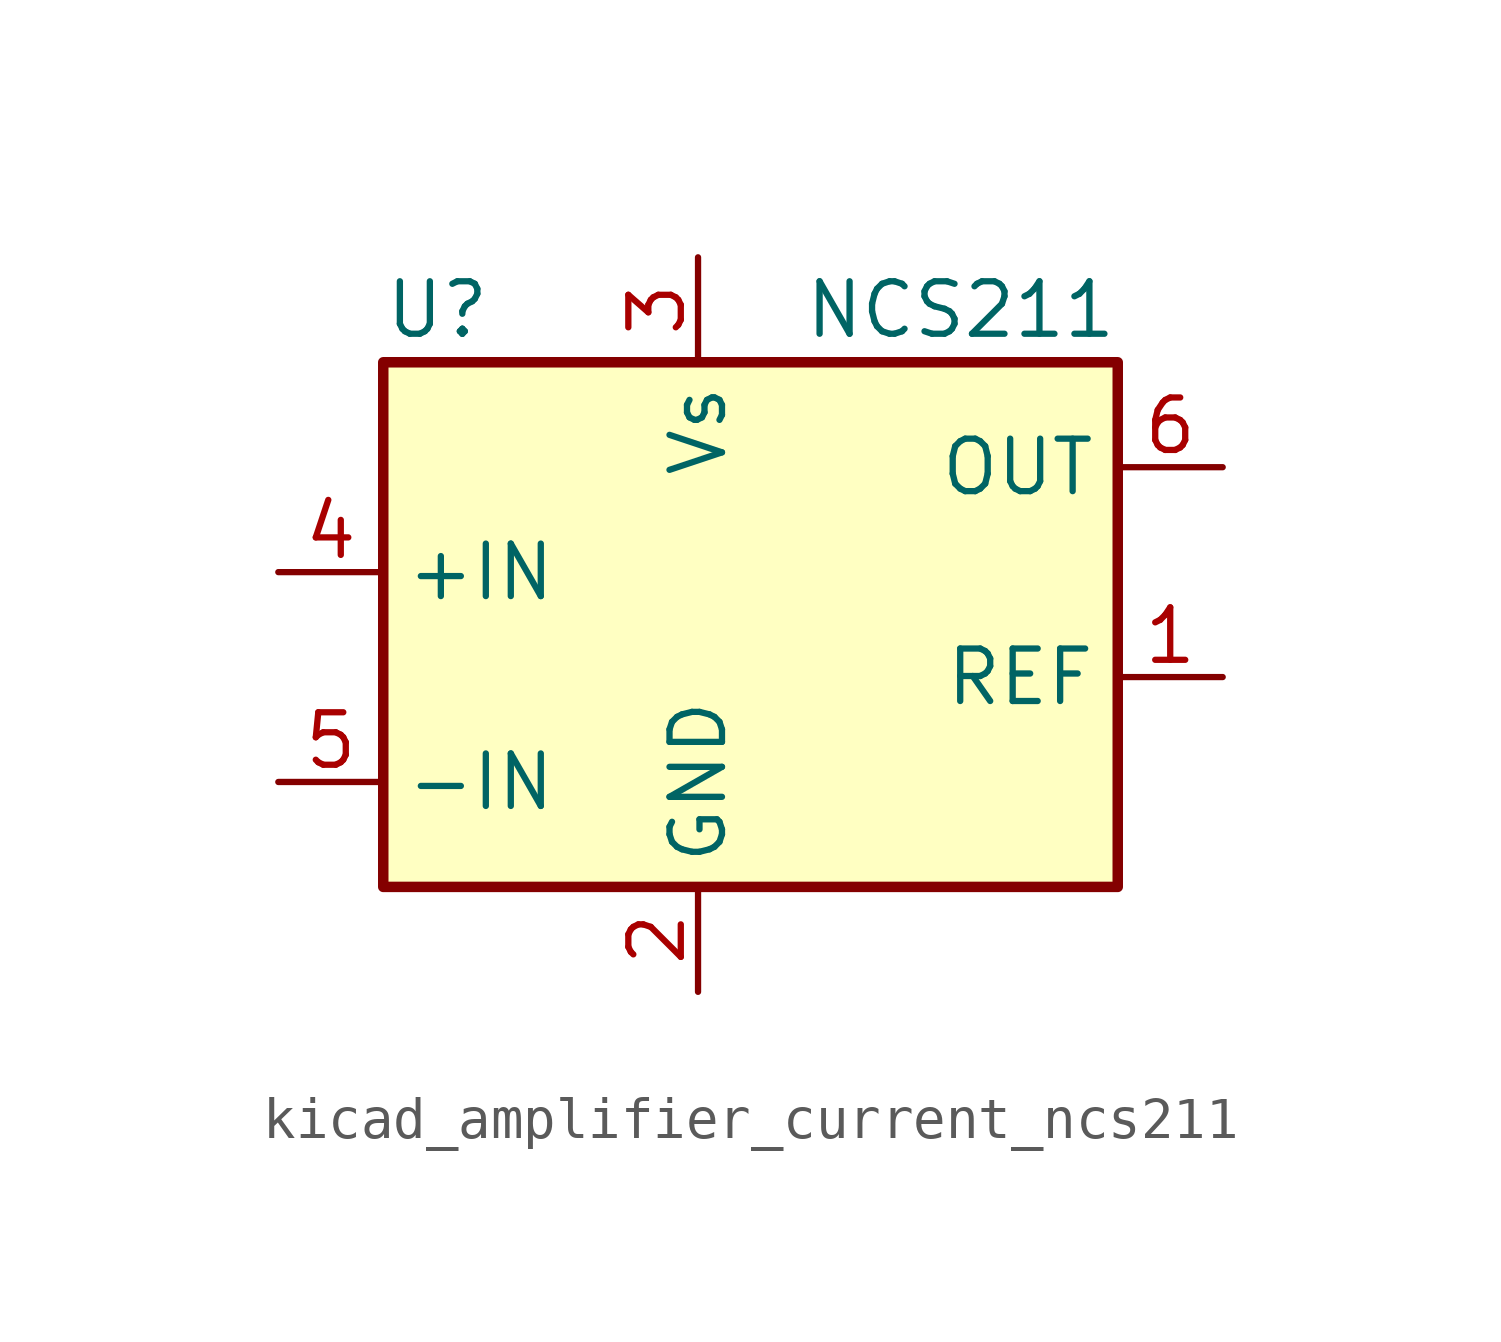
<source format=kicad_sym>
(kicad_symbol_lib
  (version 20220914)
  (generator kicad_symbol_editor)
  (symbol "kicad_amplifier_current_ncs211"
    (property "Reference" "U"
      (at -7.62 8.89 0)
      (effects (font (size 1.27 1.27)) (justify left)))
    (property "Value" "NCS211"
      (at 2.54 8.89 0)
      (effects (font (size 1.27 1.27)) (justify left)))
    (symbol "kicad_amplifier_current_ncs211_0_1"
      (rectangle (start -7.62 7.62) (end 10.16 -5.08) (stroke (width 0.254) (type default)) (fill (type background))))
    (symbol "kicad_amplifier_current_ncs211_1_1"
      (pin input line (at 12.7 0 180) (length 2.54) (name "REF" (effects (font (size 1.27 1.27)))) (number "1" (effects (font (size 1.27 1.27)))))
      (pin power_in line (at 0 -7.62 90) (length 2.54) (name "GND" (effects (font (size 1.27 1.27)))) (number "2" (effects (font (size 1.27 1.27)))))
      (pin power_in line (at 0 10.16 270) (length 2.54) (name "Vs" (effects (font (size 1.27 1.27)))) (number "3" (effects (font (size 1.27 1.27)))))
      (pin input line (at -10.16 2.54 0) (length 2.54) (name "+IN" (effects (font (size 1.27 1.27)))) (number "4" (effects (font (size 1.27 1.27)))))
      (pin input line (at -10.16 -2.54 0) (length 2.54) (name "-IN" (effects (font (size 1.27 1.27)))) (number "5" (effects (font (size 1.27 1.27)))))
      (pin output line (at 12.7 5.08 180) (length 2.54) (name "OUT" (effects (font (size 1.27 1.27)))) (number "6" (effects (font (size 1.27 1.27))))))))
</source>
